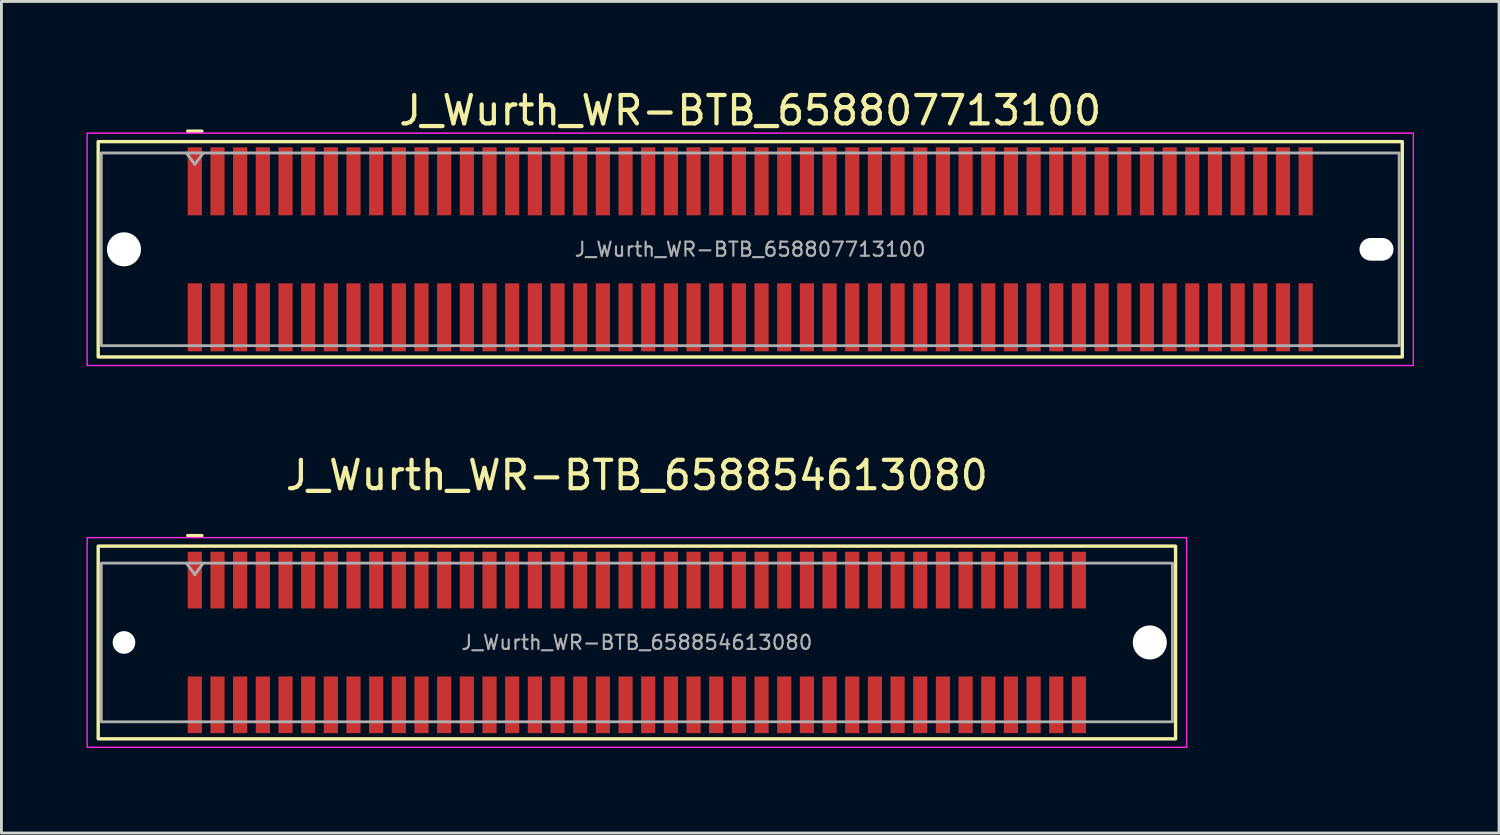
<source format=kicad_pcb>
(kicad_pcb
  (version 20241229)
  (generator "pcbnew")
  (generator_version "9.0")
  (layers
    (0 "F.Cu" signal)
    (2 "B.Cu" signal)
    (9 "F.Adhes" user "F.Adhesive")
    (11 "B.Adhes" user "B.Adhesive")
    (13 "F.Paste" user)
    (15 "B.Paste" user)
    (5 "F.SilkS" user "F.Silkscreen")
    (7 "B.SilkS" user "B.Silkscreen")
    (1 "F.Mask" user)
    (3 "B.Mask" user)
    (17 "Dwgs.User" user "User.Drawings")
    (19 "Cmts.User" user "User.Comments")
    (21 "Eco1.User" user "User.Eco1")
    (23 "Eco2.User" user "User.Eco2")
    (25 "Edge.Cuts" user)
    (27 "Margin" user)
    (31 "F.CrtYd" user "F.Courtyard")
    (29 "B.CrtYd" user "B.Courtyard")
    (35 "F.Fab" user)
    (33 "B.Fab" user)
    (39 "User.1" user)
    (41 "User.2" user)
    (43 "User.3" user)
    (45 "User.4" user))
  (footprint "J_Wurth_WR-BTB_658807713100"
    (layer "F.Cu")
    (at 23.425 5.748)
    (property "Reference" "J_Wurth_WR-BTB_658807713100" (at 0 -4.9 0) (layer "F.SilkS") (effects (font (size 1 1) (thickness 0.15))))
    (attr through_hole)
    (fp_line (start -19.35 -4.17) (end -19.85 -4.17) (stroke (width 0.12) (type solid)) (layer "F.SilkS"))
    (fp_rect (start -23.01 -3.8) (end 23.01 3.8) (stroke (width 0.12) (type solid)) (fill no) (layer "F.SilkS"))
    (fp_rect (start -23.4 -4.1) (end 23.4 4.1) (stroke (width 0.05) (type solid)) (fill no) (layer "F.CrtYd"))
    (fp_line (start -19.9 -3.4) (end -19.6 -3) (stroke (width 0.1) (type default)) (layer "F.Fab"))
    (fp_line (start -19.6 -3) (end -19.3 -3.4) (stroke (width 0.1) (type default)) (layer "F.Fab"))
    (fp_rect (start -22.9 -3.4) (end 22.9 3.4) (stroke (width 0.1) (type solid)) (fill no) (layer "F.Fab"))
    (fp_text user "${REFERENCE}" (at 0 0 0) (unlocked yes) (layer "F.Fab") (effects (font (size 0.5 0.5) (thickness 0.075))))
    (pad "" np_thru_hole circle (at -22.1 0) (size 1.2 1.2) (drill 1.2) (layers "*.Cu" "*.Mask"))
    (pad "" np_thru_hole oval (at 22.1 0) (size 1.2 0.8) (drill oval 1.2 0.8) (layers "*.Cu" "*.Mask"))
    (pad "1" smd rect (at -19.6 -2.4) (size 0.5 2.4) (layers "F.Cu" "F.Mask" "F.Paste"))
    (pad "2" smd rect (at -19.6 2.4) (size 0.5 2.4) (layers "F.Cu" "F.Mask" "F.Paste"))
    (pad "3" smd rect (at -18.8 -2.4) (size 0.5 2.4) (layers "F.Cu" "F.Mask" "F.Paste"))
    (pad "4" smd rect (at -18.8 2.4) (size 0.5 2.4) (layers "F.Cu" "F.Mask" "F.Paste"))
    (pad "5" smd rect (at -18 -2.4) (size 0.5 2.4) (layers "F.Cu" "F.Mask" "F.Paste"))
    (pad "6" smd rect (at -18 2.4) (size 0.5 2.4) (layers "F.Cu" "F.Mask" "F.Paste"))
    (pad "7" smd rect (at -17.2 -2.4) (size 0.5 2.4) (layers "F.Cu" "F.Mask" "F.Paste"))
    (pad "8" smd rect (at -17.2 2.4) (size 0.5 2.4) (layers "F.Cu" "F.Mask" "F.Paste"))
    (pad "9" smd rect (at -16.4 -2.4) (size 0.5 2.4) (layers "F.Cu" "F.Mask" "F.Paste"))
    (pad "10" smd rect (at -16.4 2.4) (size 0.5 2.4) (layers "F.Cu" "F.Mask" "F.Paste"))
    (pad "11" smd rect (at -15.6 -2.4) (size 0.5 2.4) (layers "F.Cu" "F.Mask" "F.Paste"))
    (pad "12" smd rect (at -15.6 2.4) (size 0.5 2.4) (layers "F.Cu" "F.Mask" "F.Paste"))
    (pad "13" smd rect (at -14.8 -2.4) (size 0.5 2.4) (layers "F.Cu" "F.Mask" "F.Paste"))
    (pad "14" smd rect (at -14.8 2.4) (size 0.5 2.4) (layers "F.Cu" "F.Mask" "F.Paste"))
    (pad "15" smd rect (at -14 -2.4) (size 0.5 2.4) (layers "F.Cu" "F.Mask" "F.Paste"))
    (pad "16" smd rect (at -14 2.4) (size 0.5 2.4) (layers "F.Cu" "F.Mask" "F.Paste"))
    (pad "17" smd rect (at -13.2 -2.4) (size 0.5 2.4) (layers "F.Cu" "F.Mask" "F.Paste"))
    (pad "18" smd rect (at -13.2 2.4) (size 0.5 2.4) (layers "F.Cu" "F.Mask" "F.Paste"))
    (pad "19" smd rect (at -12.4 -2.4) (size 0.5 2.4) (layers "F.Cu" "F.Mask" "F.Paste"))
    (pad "20" smd rect (at -12.4 2.4) (size 0.5 2.4) (layers "F.Cu" "F.Mask" "F.Paste"))
    (pad "21" smd rect (at -11.6 -2.4) (size 0.5 2.4) (layers "F.Cu" "F.Mask" "F.Paste"))
    (pad "22" smd rect (at -11.6 2.4) (size 0.5 2.4) (layers "F.Cu" "F.Mask" "F.Paste"))
    (pad "23" smd rect (at -10.8 -2.4) (size 0.5 2.4) (layers "F.Cu" "F.Mask" "F.Paste"))
    (pad "24" smd rect (at -10.8 2.4) (size 0.5 2.4) (layers "F.Cu" "F.Mask" "F.Paste"))
    (pad "25" smd rect (at -10 -2.4) (size 0.5 2.4) (layers "F.Cu" "F.Mask" "F.Paste"))
    (pad "26" smd rect (at -10 2.4) (size 0.5 2.4) (layers "F.Cu" "F.Mask" "F.Paste"))
    (pad "27" smd rect (at -9.2 -2.4) (size 0.5 2.4) (layers "F.Cu" "F.Mask" "F.Paste"))
    (pad "28" smd rect (at -9.2 2.4) (size 0.5 2.4) (layers "F.Cu" "F.Mask" "F.Paste"))
    (pad "29" smd rect (at -8.4 -2.4) (size 0.5 2.4) (layers "F.Cu" "F.Mask" "F.Paste"))
    (pad "30" smd rect (at -8.4 2.4) (size 0.5 2.4) (layers "F.Cu" "F.Mask" "F.Paste"))
    (pad "31" smd rect (at -7.6 -2.4) (size 0.5 2.4) (layers "F.Cu" "F.Mask" "F.Paste"))
    (pad "32" smd rect (at -7.6 2.4) (size 0.5 2.4) (layers "F.Cu" "F.Mask" "F.Paste"))
    (pad "33" smd rect (at -6.8 -2.4) (size 0.5 2.4) (layers "F.Cu" "F.Mask" "F.Paste"))
    (pad "34" smd rect (at -6.8 2.4) (size 0.5 2.4) (layers "F.Cu" "F.Mask" "F.Paste"))
    (pad "35" smd rect (at -6 -2.4) (size 0.5 2.4) (layers "F.Cu" "F.Mask" "F.Paste"))
    (pad "36" smd rect (at -6 2.4) (size 0.5 2.4) (layers "F.Cu" "F.Mask" "F.Paste"))
    (pad "37" smd rect (at -5.2 -2.4) (size 0.5 2.4) (layers "F.Cu" "F.Mask" "F.Paste"))
    (pad "38" smd rect (at -5.2 2.4) (size 0.5 2.4) (layers "F.Cu" "F.Mask" "F.Paste"))
    (pad "39" smd rect (at -4.4 -2.4) (size 0.5 2.4) (layers "F.Cu" "F.Mask" "F.Paste"))
    (pad "40" smd rect (at -4.4 2.4) (size 0.5 2.4) (layers "F.Cu" "F.Mask" "F.Paste"))
    (pad "41" smd rect (at -3.6 -2.4) (size 0.5 2.4) (layers "F.Cu" "F.Mask" "F.Paste"))
    (pad "42" smd rect (at -3.6 2.4) (size 0.5 2.4) (layers "F.Cu" "F.Mask" "F.Paste"))
    (pad "43" smd rect (at -2.8 -2.4) (size 0.5 2.4) (layers "F.Cu" "F.Mask" "F.Paste"))
    (pad "44" smd rect (at -2.8 2.4) (size 0.5 2.4) (layers "F.Cu" "F.Mask" "F.Paste"))
    (pad "45" smd rect (at -2 -2.4) (size 0.5 2.4) (layers "F.Cu" "F.Mask" "F.Paste"))
    (pad "46" smd rect (at -2 2.4) (size 0.5 2.4) (layers "F.Cu" "F.Mask" "F.Paste"))
    (pad "47" smd rect (at -1.2 -2.4) (size 0.5 2.4) (layers "F.Cu" "F.Mask" "F.Paste"))
    (pad "48" smd rect (at -1.2 2.4) (size 0.5 2.4) (layers "F.Cu" "F.Mask" "F.Paste"))
    (pad "49" smd rect (at -0.4 -2.4) (size 0.5 2.4) (layers "F.Cu" "F.Mask" "F.Paste"))
    (pad "50" smd rect (at -0.4 2.4) (size 0.5 2.4) (layers "F.Cu" "F.Mask" "F.Paste"))
    (pad "51" smd rect (at 0.4 -2.4) (size 0.5 2.4) (layers "F.Cu" "F.Mask" "F.Paste"))
    (pad "52" smd rect (at 0.4 2.4) (size 0.5 2.4) (layers "F.Cu" "F.Mask" "F.Paste"))
    (pad "53" smd rect (at 1.2 -2.4) (size 0.5 2.4) (layers "F.Cu" "F.Mask" "F.Paste"))
    (pad "54" smd rect (at 1.2 2.4) (size 0.5 2.4) (layers "F.Cu" "F.Mask" "F.Paste"))
    (pad "55" smd rect (at 2 -2.4) (size 0.5 2.4) (layers "F.Cu" "F.Mask" "F.Paste"))
    (pad "56" smd rect (at 2 2.4) (size 0.5 2.4) (layers "F.Cu" "F.Mask" "F.Paste"))
    (pad "57" smd rect (at 2.8 -2.4) (size 0.5 2.4) (layers "F.Cu" "F.Mask" "F.Paste"))
    (pad "58" smd rect (at 2.8 2.4) (size 0.5 2.4) (layers "F.Cu" "F.Mask" "F.Paste"))
    (pad "59" smd rect (at 3.6 -2.4) (size 0.5 2.4) (layers "F.Cu" "F.Mask" "F.Paste"))
    (pad "60" smd rect (at 3.6 2.4) (size 0.5 2.4) (layers "F.Cu" "F.Mask" "F.Paste"))
    (pad "61" smd rect (at 4.4 -2.4) (size 0.5 2.4) (layers "F.Cu" "F.Mask" "F.Paste"))
    (pad "62" smd rect (at 4.4 2.4) (size 0.5 2.4) (layers "F.Cu" "F.Mask" "F.Paste"))
    (pad "63" smd rect (at 5.2 -2.4) (size 0.5 2.4) (layers "F.Cu" "F.Mask" "F.Paste"))
    (pad "64" smd rect (at 5.2 2.4) (size 0.5 2.4) (layers "F.Cu" "F.Mask" "F.Paste"))
    (pad "65" smd rect (at 6 -2.4) (size 0.5 2.4) (layers "F.Cu" "F.Mask" "F.Paste"))
    (pad "66" smd rect (at 6 2.4) (size 0.5 2.4) (layers "F.Cu" "F.Mask" "F.Paste"))
    (pad "67" smd rect (at 6.8 -2.4) (size 0.5 2.4) (layers "F.Cu" "F.Mask" "F.Paste"))
    (pad "68" smd rect (at 6.8 2.4) (size 0.5 2.4) (layers "F.Cu" "F.Mask" "F.Paste"))
    (pad "69" smd rect (at 7.6 -2.4) (size 0.5 2.4) (layers "F.Cu" "F.Mask" "F.Paste"))
    (pad "70" smd rect (at 7.6 2.4) (size 0.5 2.4) (layers "F.Cu" "F.Mask" "F.Paste"))
    (pad "71" smd rect (at 8.4 -2.4) (size 0.5 2.4) (layers "F.Cu" "F.Mask" "F.Paste"))
    (pad "72" smd rect (at 8.4 2.4) (size 0.5 2.4) (layers "F.Cu" "F.Mask" "F.Paste"))
    (pad "73" smd rect (at 9.2 -2.4) (size 0.5 2.4) (layers "F.Cu" "F.Mask" "F.Paste"))
    (pad "74" smd rect (at 9.2 2.4) (size 0.5 2.4) (layers "F.Cu" "F.Mask" "F.Paste"))
    (pad "75" smd rect (at 10 -2.4) (size 0.5 2.4) (layers "F.Cu" "F.Mask" "F.Paste"))
    (pad "76" smd rect (at 10 2.4) (size 0.5 2.4) (layers "F.Cu" "F.Mask" "F.Paste"))
    (pad "77" smd rect (at 10.8 -2.4) (size 0.5 2.4) (layers "F.Cu" "F.Mask" "F.Paste"))
    (pad "78" smd rect (at 10.8 2.4) (size 0.5 2.4) (layers "F.Cu" "F.Mask" "F.Paste"))
    (pad "79" smd rect (at 11.6 -2.4) (size 0.5 2.4) (layers "F.Cu" "F.Mask" "F.Paste"))
    (pad "80" smd rect (at 11.6 2.4) (size 0.5 2.4) (layers "F.Cu" "F.Mask" "F.Paste"))
    (pad "81" smd rect (at 12.4 -2.4) (size 0.5 2.4) (layers "F.Cu" "F.Mask" "F.Paste"))
    (pad "82" smd rect (at 12.4 2.4) (size 0.5 2.4) (layers "F.Cu" "F.Mask" "F.Paste"))
    (pad "83" smd rect (at 13.2 -2.4) (size 0.5 2.4) (layers "F.Cu" "F.Mask" "F.Paste"))
    (pad "84" smd rect (at 13.2 2.4) (size 0.5 2.4) (layers "F.Cu" "F.Mask" "F.Paste"))
    (pad "85" smd rect (at 14 -2.4) (size 0.5 2.4) (layers "F.Cu" "F.Mask" "F.Paste"))
    (pad "86" smd rect (at 14 2.4) (size 0.5 2.4) (layers "F.Cu" "F.Mask" "F.Paste"))
    (pad "87" smd rect (at 14.8 -2.4) (size 0.5 2.4) (layers "F.Cu" "F.Mask" "F.Paste"))
    (pad "88" smd rect (at 14.8 2.4) (size 0.5 2.4) (layers "F.Cu" "F.Mask" "F.Paste"))
    (pad "89" smd rect (at 15.6 -2.4) (size 0.5 2.4) (layers "F.Cu" "F.Mask" "F.Paste"))
    (pad "90" smd rect (at 15.6 2.4) (size 0.5 2.4) (layers "F.Cu" "F.Mask" "F.Paste"))
    (pad "91" smd rect (at 16.4 -2.4) (size 0.5 2.4) (layers "F.Cu" "F.Mask" "F.Paste"))
    (pad "92" smd rect (at 16.4 2.4) (size 0.5 2.4) (layers "F.Cu" "F.Mask" "F.Paste"))
    (pad "93" smd rect (at 17.2 -2.4) (size 0.5 2.4) (layers "F.Cu" "F.Mask" "F.Paste"))
    (pad "94" smd rect (at 17.2 2.4) (size 0.5 2.4) (layers "F.Cu" "F.Mask" "F.Paste"))
    (pad "95" smd rect (at 18 -2.4) (size 0.5 2.4) (layers "F.Cu" "F.Mask" "F.Paste"))
    (pad "96" smd rect (at 18 2.4) (size 0.5 2.4) (layers "F.Cu" "F.Mask" "F.Paste"))
    (pad "97" smd rect (at 18.8 -2.4) (size 0.5 2.4) (layers "F.Cu" "F.Mask" "F.Paste"))
    (pad "98" smd rect (at 18.8 2.4) (size 0.5 2.4) (layers "F.Cu" "F.Mask" "F.Paste"))
    (pad "99" smd rect (at 19.6 -2.4) (size 0.5 2.4) (layers "F.Cu" "F.Mask" "F.Paste"))
    (pad "100" smd rect (at 19.6 2.4) (size 0.5 2.4) (layers "F.Cu" "F.Mask" "F.Paste")))
  (footprint "J_Wurth_WR-BTB_658854613080"
    (layer "F.Cu")
    (at 19.425 19.622)
    (property "Reference" "J_Wurth_WR-BTB_658854613080" (at 0 -5.9 0) (layer "F.SilkS") (effects (font (size 1 1) (thickness 0.15))))
    (attr through_hole)
    (fp_line (start -15.35 -3.77) (end -15.85 -3.77) (stroke (width 0.12) (type solid)) (layer "F.SilkS"))
    (fp_rect (start -19.01 -3.4) (end 19.01 3.4) (stroke (width 0.12) (type solid)) (fill no) (layer "F.SilkS"))
    (fp_rect (start -19.4 -3.7) (end 19.4 3.7) (stroke (width 0.05) (type solid)) (fill no) (layer "F.CrtYd"))
    (fp_line (start -15.9 -2.8) (end -15.6 -2.4) (stroke (width 0.1) (type default)) (layer "F.Fab"))
    (fp_line (start -15.6 -2.4) (end -15.3 -2.8) (stroke (width 0.1) (type default)) (layer "F.Fab"))
    (fp_rect (start -18.9 -2.8) (end 18.9 2.8) (stroke (width 0.1) (type solid)) (fill no) (layer "F.Fab"))
    (fp_text user "${REFERENCE}" (at 0 0 0) (unlocked yes) (layer "F.Fab") (effects (font (size 0.5 0.5) (thickness 0.075))))
    (pad "" np_thru_hole circle (at -18.1 0) (size 0.8 0.8) (drill 0.8) (layers "*.Cu" "*.Mask"))
    (pad "" np_thru_hole circle (at 18.1 0) (size 1.2 1.2) (drill 1.2) (layers "*.Cu" "*.Mask"))
    (pad "1" smd rect (at -15.6 -2.2) (size 0.5 2) (layers "F.Cu" "F.Mask" "F.Paste"))
    (pad "2" smd rect (at -15.6 2.2) (size 0.5 2) (layers "F.Cu" "F.Mask" "F.Paste"))
    (pad "3" smd rect (at -14.8 -2.2) (size 0.5 2) (layers "F.Cu" "F.Mask" "F.Paste"))
    (pad "4" smd rect (at -14.8 2.2) (size 0.5 2) (layers "F.Cu" "F.Mask" "F.Paste"))
    (pad "5" smd rect (at -14 -2.2) (size 0.5 2) (layers "F.Cu" "F.Mask" "F.Paste"))
    (pad "6" smd rect (at -14 2.2) (size 0.5 2) (layers "F.Cu" "F.Mask" "F.Paste"))
    (pad "7" smd rect (at -13.2 -2.2) (size 0.5 2) (layers "F.Cu" "F.Mask" "F.Paste"))
    (pad "8" smd rect (at -13.2 2.2) (size 0.5 2) (layers "F.Cu" "F.Mask" "F.Paste"))
    (pad "9" smd rect (at -12.4 -2.2) (size 0.5 2) (layers "F.Cu" "F.Mask" "F.Paste"))
    (pad "10" smd rect (at -12.4 2.2) (size 0.5 2) (layers "F.Cu" "F.Mask" "F.Paste"))
    (pad "11" smd rect (at -11.6 -2.2) (size 0.5 2) (layers "F.Cu" "F.Mask" "F.Paste"))
    (pad "12" smd rect (at -11.6 2.2) (size 0.5 2) (layers "F.Cu" "F.Mask" "F.Paste"))
    (pad "13" smd rect (at -10.8 -2.2) (size 0.5 2) (layers "F.Cu" "F.Mask" "F.Paste"))
    (pad "14" smd rect (at -10.8 2.2) (size 0.5 2) (layers "F.Cu" "F.Mask" "F.Paste"))
    (pad "15" smd rect (at -10 -2.2) (size 0.5 2) (layers "F.Cu" "F.Mask" "F.Paste"))
    (pad "16" smd rect (at -10 2.2) (size 0.5 2) (layers "F.Cu" "F.Mask" "F.Paste"))
    (pad "17" smd rect (at -9.2 -2.2) (size 0.5 2) (layers "F.Cu" "F.Mask" "F.Paste"))
    (pad "18" smd rect (at -9.2 2.2) (size 0.5 2) (layers "F.Cu" "F.Mask" "F.Paste"))
    (pad "19" smd rect (at -8.4 -2.2) (size 0.5 2) (layers "F.Cu" "F.Mask" "F.Paste"))
    (pad "20" smd rect (at -8.4 2.2) (size 0.5 2) (layers "F.Cu" "F.Mask" "F.Paste"))
    (pad "21" smd rect (at -7.6 -2.2) (size 0.5 2) (layers "F.Cu" "F.Mask" "F.Paste"))
    (pad "22" smd rect (at -7.6 2.2) (size 0.5 2) (layers "F.Cu" "F.Mask" "F.Paste"))
    (pad "23" smd rect (at -6.8 -2.2) (size 0.5 2) (layers "F.Cu" "F.Mask" "F.Paste"))
    (pad "24" smd rect (at -6.8 2.2) (size 0.5 2) (layers "F.Cu" "F.Mask" "F.Paste"))
    (pad "25" smd rect (at -6 -2.2) (size 0.5 2) (layers "F.Cu" "F.Mask" "F.Paste"))
    (pad "26" smd rect (at -6 2.2) (size 0.5 2) (layers "F.Cu" "F.Mask" "F.Paste"))
    (pad "27" smd rect (at -5.2 -2.2) (size 0.5 2) (layers "F.Cu" "F.Mask" "F.Paste"))
    (pad "28" smd rect (at -5.2 2.2) (size 0.5 2) (layers "F.Cu" "F.Mask" "F.Paste"))
    (pad "29" smd rect (at -4.4 -2.2) (size 0.5 2) (layers "F.Cu" "F.Mask" "F.Paste"))
    (pad "30" smd rect (at -4.4 2.2) (size 0.5 2) (layers "F.Cu" "F.Mask" "F.Paste"))
    (pad "31" smd rect (at -3.6 -2.2) (size 0.5 2) (layers "F.Cu" "F.Mask" "F.Paste"))
    (pad "32" smd rect (at -3.6 2.2) (size 0.5 2) (layers "F.Cu" "F.Mask" "F.Paste"))
    (pad "33" smd rect (at -2.8 -2.2) (size 0.5 2) (layers "F.Cu" "F.Mask" "F.Paste"))
    (pad "34" smd rect (at -2.8 2.2) (size 0.5 2) (layers "F.Cu" "F.Mask" "F.Paste"))
    (pad "35" smd rect (at -2 -2.2) (size 0.5 2) (layers "F.Cu" "F.Mask" "F.Paste"))
    (pad "36" smd rect (at -2 2.2) (size 0.5 2) (layers "F.Cu" "F.Mask" "F.Paste"))
    (pad "37" smd rect (at -1.2 -2.2) (size 0.5 2) (layers "F.Cu" "F.Mask" "F.Paste"))
    (pad "38" smd rect (at -1.2 2.2) (size 0.5 2) (layers "F.Cu" "F.Mask" "F.Paste"))
    (pad "39" smd rect (at -0.4 -2.2) (size 0.5 2) (layers "F.Cu" "F.Mask" "F.Paste"))
    (pad "40" smd rect (at -0.4 2.2) (size 0.5 2) (layers "F.Cu" "F.Mask" "F.Paste"))
    (pad "41" smd rect (at 0.4 -2.2) (size 0.5 2) (layers "F.Cu" "F.Mask" "F.Paste"))
    (pad "42" smd rect (at 0.4 2.2) (size 0.5 2) (layers "F.Cu" "F.Mask" "F.Paste"))
    (pad "43" smd rect (at 1.2 -2.2) (size 0.5 2) (layers "F.Cu" "F.Mask" "F.Paste"))
    (pad "44" smd rect (at 1.2 2.2) (size 0.5 2) (layers "F.Cu" "F.Mask" "F.Paste"))
    (pad "45" smd rect (at 2 -2.2) (size 0.5 2) (layers "F.Cu" "F.Mask" "F.Paste"))
    (pad "46" smd rect (at 2 2.2) (size 0.5 2) (layers "F.Cu" "F.Mask" "F.Paste"))
    (pad "47" smd rect (at 2.8 -2.2) (size 0.5 2) (layers "F.Cu" "F.Mask" "F.Paste"))
    (pad "48" smd rect (at 2.8 2.2) (size 0.5 2) (layers "F.Cu" "F.Mask" "F.Paste"))
    (pad "49" smd rect (at 3.6 -2.2) (size 0.5 2) (layers "F.Cu" "F.Mask" "F.Paste"))
    (pad "50" smd rect (at 3.6 2.2) (size 0.5 2) (layers "F.Cu" "F.Mask" "F.Paste"))
    (pad "51" smd rect (at 4.4 -2.2) (size 0.5 2) (layers "F.Cu" "F.Mask" "F.Paste"))
    (pad "52" smd rect (at 4.4 2.2) (size 0.5 2) (layers "F.Cu" "F.Mask" "F.Paste"))
    (pad "53" smd rect (at 5.2 -2.2) (size 0.5 2) (layers "F.Cu" "F.Mask" "F.Paste"))
    (pad "54" smd rect (at 5.2 2.2) (size 0.5 2) (layers "F.Cu" "F.Mask" "F.Paste"))
    (pad "55" smd rect (at 6 -2.2) (size 0.5 2) (layers "F.Cu" "F.Mask" "F.Paste"))
    (pad "56" smd rect (at 6 2.2) (size 0.5 2) (layers "F.Cu" "F.Mask" "F.Paste"))
    (pad "57" smd rect (at 6.8 -2.2) (size 0.5 2) (layers "F.Cu" "F.Mask" "F.Paste"))
    (pad "58" smd rect (at 6.8 2.2) (size 0.5 2) (layers "F.Cu" "F.Mask" "F.Paste"))
    (pad "59" smd rect (at 7.6 -2.2) (size 0.5 2) (layers "F.Cu" "F.Mask" "F.Paste"))
    (pad "60" smd rect (at 7.6 2.2) (size 0.5 2) (layers "F.Cu" "F.Mask" "F.Paste"))
    (pad "61" smd rect (at 8.4 -2.2) (size 0.5 2) (layers "F.Cu" "F.Mask" "F.Paste"))
    (pad "62" smd rect (at 8.4 2.2) (size 0.5 2) (layers "F.Cu" "F.Mask" "F.Paste"))
    (pad "63" smd rect (at 9.2 -2.2) (size 0.5 2) (layers "F.Cu" "F.Mask" "F.Paste"))
    (pad "64" smd rect (at 9.2 2.2) (size 0.5 2) (layers "F.Cu" "F.Mask" "F.Paste"))
    (pad "65" smd rect (at 10 -2.2) (size 0.5 2) (layers "F.Cu" "F.Mask" "F.Paste"))
    (pad "66" smd rect (at 10 2.2) (size 0.5 2) (layers "F.Cu" "F.Mask" "F.Paste"))
    (pad "67" smd rect (at 10.8 -2.2) (size 0.5 2) (layers "F.Cu" "F.Mask" "F.Paste"))
    (pad "68" smd rect (at 10.8 2.2) (size 0.5 2) (layers "F.Cu" "F.Mask" "F.Paste"))
    (pad "69" smd rect (at 11.6 -2.2) (size 0.5 2) (layers "F.Cu" "F.Mask" "F.Paste"))
    (pad "70" smd rect (at 11.6 2.2) (size 0.5 2) (layers "F.Cu" "F.Mask" "F.Paste"))
    (pad "71" smd rect (at 12.4 -2.2) (size 0.5 2) (layers "F.Cu" "F.Mask" "F.Paste"))
    (pad "72" smd rect (at 12.4 2.2) (size 0.5 2) (layers "F.Cu" "F.Mask" "F.Paste"))
    (pad "73" smd rect (at 13.2 -2.2) (size 0.5 2) (layers "F.Cu" "F.Mask" "F.Paste"))
    (pad "74" smd rect (at 13.2 2.2) (size 0.5 2) (layers "F.Cu" "F.Mask" "F.Paste"))
    (pad "75" smd rect (at 14 -2.2) (size 0.5 2) (layers "F.Cu" "F.Mask" "F.Paste"))
    (pad "76" smd rect (at 14 2.2) (size 0.5 2) (layers "F.Cu" "F.Mask" "F.Paste"))
    (pad "77" smd rect (at 14.8 -2.2) (size 0.5 2) (layers "F.Cu" "F.Mask" "F.Paste"))
    (pad "78" smd rect (at 14.8 2.2) (size 0.5 2) (layers "F.Cu" "F.Mask" "F.Paste"))
    (pad "79" smd rect (at 15.6 -2.2) (size 0.5 2) (layers "F.Cu" "F.Mask" "F.Paste"))
    (pad "80" smd rect (at 15.6 2.2) (size 0.5 2) (layers "F.Cu" "F.Mask" "F.Paste")))
  (gr_rect
    (start -3 -3)
    (end 49.85 26.346)
    (stroke (width 0.1) (type default))
    (fill no)
    (layer "Edge.Cuts")))
</source>
